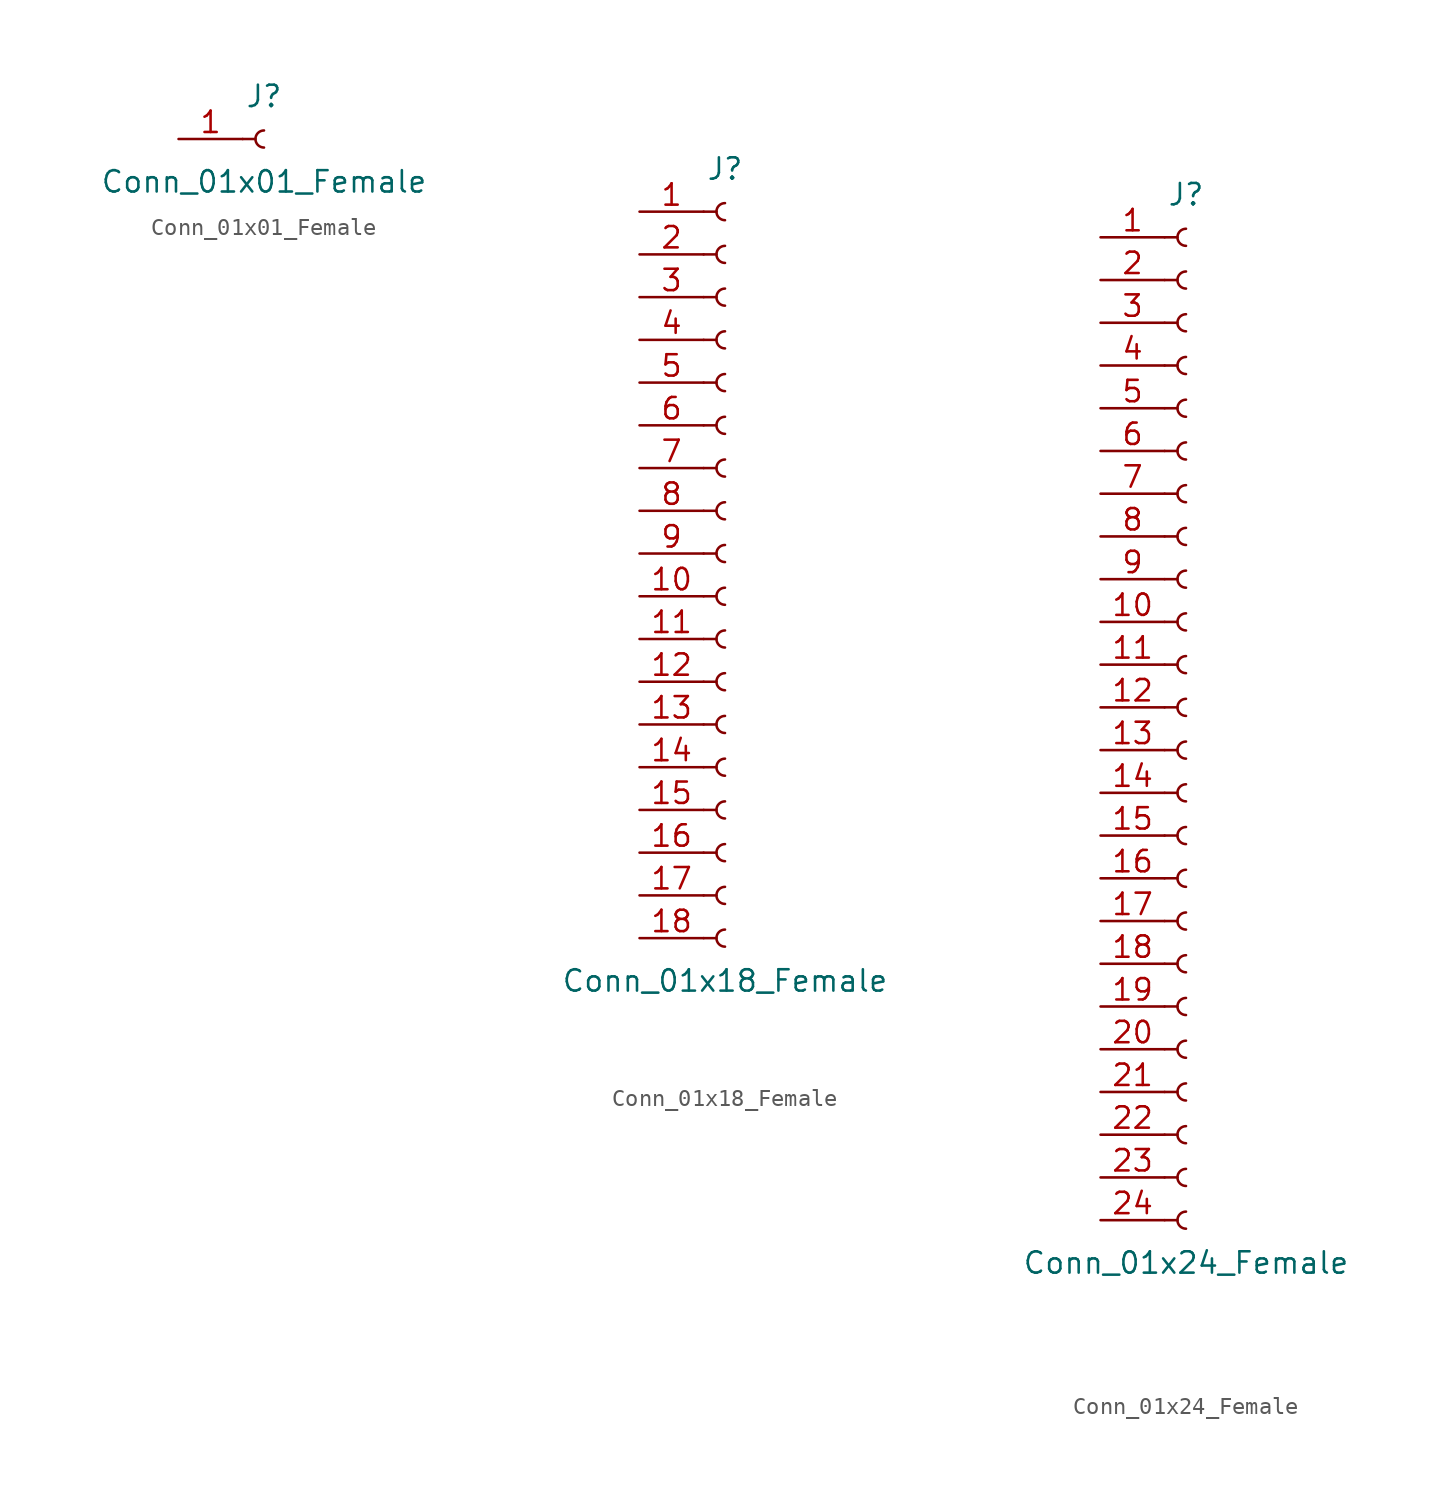
<source format=kicad_sym>
(kicad_symbol_lib
  (version 20220914)
  (generator kicad_symbol_editor)
  (symbol "Conn_01x01_Female"
    (pin_names
      (offset 1.016) hide)
    (property "Reference" "J"
      (at 0 2.54 0)
      (effects (font (size 1.27 1.27))))
    (property "Value" "Conn_01x01_Female"
      (at 0 -2.54 0)
      (effects (font (size 1.27 1.27))))
    (symbol "Conn_01x01_Female_1_1"
      (polyline (pts (xy -1.27 0) (xy -0.508 0)) (stroke (width 0.152) (type solid)) (fill (type none)))
      (arc (start 0 0.508) (mid -0.5058 0) (end 0 -0.508) (stroke (width 0.1524) (type solid)) (fill (type none)))
      (pin passive line (at -5.08 0 0) (length 3.81) (name "Pin_1" (effects (font (size 1.27 1.27)))) (number "1" (effects (font (size 1.27 1.27)))))))
  (symbol "Conn_01x18_Female"
    (pin_names
      (offset 1.016) hide)
    (property "Reference" "J"
      (at 0 22.86 0)
      (effects (font (size 1.27 1.27))))
    (property "Value" "Conn_01x18_Female"
      (at 0 -25.4 0)
      (effects (font (size 1.27 1.27))))
    (symbol "Conn_01x18_Female_1_1"
      (arc (start 0 -22.352) (mid -0.5058 -22.86) (end 0 -23.368) (stroke (width 0.1524) (type solid)) (fill (type none)))
      (arc (start 0 -19.812) (mid -0.5058 -20.32) (end 0 -20.828) (stroke (width 0.1524) (type solid)) (fill (type none)))
      (arc (start 0 -17.272) (mid -0.5058 -17.78) (end 0 -18.288) (stroke (width 0.1524) (type solid)) (fill (type none)))
      (arc (start 0 -14.732) (mid -0.5058 -15.24) (end 0 -15.748) (stroke (width 0.1524) (type solid)) (fill (type none)))
      (arc (start 0 -12.192) (mid -0.5058 -12.7) (end 0 -13.208) (stroke (width 0.1524) (type solid)) (fill (type none)))
      (arc (start 0 -9.652) (mid -0.5058 -10.16) (end 0 -10.668) (stroke (width 0.1524) (type solid)) (fill (type none)))
      (arc (start 0 -7.112) (mid -0.5058 -7.62) (end 0 -8.128) (stroke (width 0.1524) (type solid)) (fill (type none)))
      (arc (start 0 -4.572) (mid -0.5058 -5.08) (end 0 -5.588) (stroke (width 0.1524) (type solid)) (fill (type none)))
      (arc (start 0 -2.032) (mid -0.5058 -2.54) (end 0 -3.048) (stroke (width 0.1524) (type solid)) (fill (type none)))
      (polyline (pts (xy -1.27 -22.86) (xy -0.508 -22.86)) (stroke (width 0.152) (type solid)) (fill (type none)))
      (polyline (pts (xy -1.27 -20.32) (xy -0.508 -20.32)) (stroke (width 0.152) (type solid)) (fill (type none)))
      (polyline (pts (xy -1.27 -17.78) (xy -0.508 -17.78)) (stroke (width 0.152) (type solid)) (fill (type none)))
      (polyline (pts (xy -1.27 -15.24) (xy -0.508 -15.24)) (stroke (width 0.152) (type solid)) (fill (type none)))
      (polyline (pts (xy -1.27 -12.7) (xy -0.508 -12.7)) (stroke (width 0.152) (type solid)) (fill (type none)))
      (polyline (pts (xy -1.27 -10.16) (xy -0.508 -10.16)) (stroke (width 0.152) (type solid)) (fill (type none)))
      (polyline (pts (xy -1.27 -7.62) (xy -0.508 -7.62)) (stroke (width 0.152) (type solid)) (fill (type none)))
      (polyline (pts (xy -1.27 -5.08) (xy -0.508 -5.08)) (stroke (width 0.152) (type solid)) (fill (type none)))
      (polyline (pts (xy -1.27 -2.54) (xy -0.508 -2.54)) (stroke (width 0.152) (type solid)) (fill (type none)))
      (polyline (pts (xy -1.27 0) (xy -0.508 0)) (stroke (width 0.152) (type solid)) (fill (type none)))
      (polyline (pts (xy -1.27 2.54) (xy -0.508 2.54)) (stroke (width 0.152) (type solid)) (fill (type none)))
      (polyline (pts (xy -1.27 5.08) (xy -0.508 5.08)) (stroke (width 0.152) (type solid)) (fill (type none)))
      (polyline (pts (xy -1.27 7.62) (xy -0.508 7.62)) (stroke (width 0.152) (type solid)) (fill (type none)))
      (polyline (pts (xy -1.27 10.16) (xy -0.508 10.16)) (stroke (width 0.152) (type solid)) (fill (type none)))
      (polyline (pts (xy -1.27 12.7) (xy -0.508 12.7)) (stroke (width 0.152) (type solid)) (fill (type none)))
      (polyline (pts (xy -1.27 15.24) (xy -0.508 15.24)) (stroke (width 0.152) (type solid)) (fill (type none)))
      (polyline (pts (xy -1.27 17.78) (xy -0.508 17.78)) (stroke (width 0.152) (type solid)) (fill (type none)))
      (polyline (pts (xy -1.27 20.32) (xy -0.508 20.32)) (stroke (width 0.152) (type solid)) (fill (type none)))
      (arc (start 0 0.508) (mid -0.5058 0) (end 0 -0.508) (stroke (width 0.1524) (type solid)) (fill (type none)))
      (arc (start 0 3.048) (mid -0.5058 2.54) (end 0 2.032) (stroke (width 0.1524) (type solid)) (fill (type none)))
      (arc (start 0 5.588) (mid -0.5058 5.08) (end 0 4.572) (stroke (width 0.1524) (type solid)) (fill (type none)))
      (arc (start 0 8.128) (mid -0.5058 7.62) (end 0 7.112) (stroke (width 0.1524) (type solid)) (fill (type none)))
      (arc (start 0 10.668) (mid -0.5058 10.16) (end 0 9.652) (stroke (width 0.1524) (type solid)) (fill (type none)))
      (arc (start 0 13.208) (mid -0.5058 12.7) (end 0 12.192) (stroke (width 0.1524) (type solid)) (fill (type none)))
      (arc (start 0 15.748) (mid -0.5058 15.24) (end 0 14.732) (stroke (width 0.1524) (type solid)) (fill (type none)))
      (arc (start 0 18.288) (mid -0.5058 17.78) (end 0 17.272) (stroke (width 0.1524) (type solid)) (fill (type none)))
      (arc (start 0 20.828) (mid -0.5058 20.32) (end 0 19.812) (stroke (width 0.1524) (type solid)) (fill (type none)))
      (pin passive line (at -5.08 20.32 0) (length 3.81) (name "Pin_1" (effects (font (size 1.27 1.27)))) (number "1" (effects (font (size 1.27 1.27)))))
      (pin passive line (at -5.08 -2.54 0) (length 3.81) (name "Pin_10" (effects (font (size 1.27 1.27)))) (number "10" (effects (font (size 1.27 1.27)))))
      (pin passive line (at -5.08 -5.08 0) (length 3.81) (name "Pin_11" (effects (font (size 1.27 1.27)))) (number "11" (effects (font (size 1.27 1.27)))))
      (pin passive line (at -5.08 -7.62 0) (length 3.81) (name "Pin_12" (effects (font (size 1.27 1.27)))) (number "12" (effects (font (size 1.27 1.27)))))
      (pin passive line (at -5.08 -10.16 0) (length 3.81) (name "Pin_13" (effects (font (size 1.27 1.27)))) (number "13" (effects (font (size 1.27 1.27)))))
      (pin passive line (at -5.08 -12.7 0) (length 3.81) (name "Pin_14" (effects (font (size 1.27 1.27)))) (number "14" (effects (font (size 1.27 1.27)))))
      (pin passive line (at -5.08 -15.24 0) (length 3.81) (name "Pin_15" (effects (font (size 1.27 1.27)))) (number "15" (effects (font (size 1.27 1.27)))))
      (pin passive line (at -5.08 -17.78 0) (length 3.81) (name "Pin_16" (effects (font (size 1.27 1.27)))) (number "16" (effects (font (size 1.27 1.27)))))
      (pin passive line (at -5.08 -20.32 0) (length 3.81) (name "Pin_17" (effects (font (size 1.27 1.27)))) (number "17" (effects (font (size 1.27 1.27)))))
      (pin passive line (at -5.08 -22.86 0) (length 3.81) (name "Pin_18" (effects (font (size 1.27 1.27)))) (number "18" (effects (font (size 1.27 1.27)))))
      (pin passive line (at -5.08 17.78 0) (length 3.81) (name "Pin_2" (effects (font (size 1.27 1.27)))) (number "2" (effects (font (size 1.27 1.27)))))
      (pin passive line (at -5.08 15.24 0) (length 3.81) (name "Pin_3" (effects (font (size 1.27 1.27)))) (number "3" (effects (font (size 1.27 1.27)))))
      (pin passive line (at -5.08 12.7 0) (length 3.81) (name "Pin_4" (effects (font (size 1.27 1.27)))) (number "4" (effects (font (size 1.27 1.27)))))
      (pin passive line (at -5.08 10.16 0) (length 3.81) (name "Pin_5" (effects (font (size 1.27 1.27)))) (number "5" (effects (font (size 1.27 1.27)))))
      (pin passive line (at -5.08 7.62 0) (length 3.81) (name "Pin_6" (effects (font (size 1.27 1.27)))) (number "6" (effects (font (size 1.27 1.27)))))
      (pin passive line (at -5.08 5.08 0) (length 3.81) (name "Pin_7" (effects (font (size 1.27 1.27)))) (number "7" (effects (font (size 1.27 1.27)))))
      (pin passive line (at -5.08 2.54 0) (length 3.81) (name "Pin_8" (effects (font (size 1.27 1.27)))) (number "8" (effects (font (size 1.27 1.27)))))
      (pin passive line (at -5.08 0 0) (length 3.81) (name "Pin_9" (effects (font (size 1.27 1.27)))) (number "9" (effects (font (size 1.27 1.27)))))))
  (symbol "Conn_01x24_Female"
    (pin_names
      (offset 1.016) hide)
    (property "Reference" "J"
      (at 0 30.48 0)
      (effects (font (size 1.27 1.27))))
    (property "Value" "Conn_01x24_Female"
      (at 0 -33.02 0)
      (effects (font (size 1.27 1.27))))
    (symbol "Conn_01x24_Female_1_1"
      (arc (start 0 -29.972) (mid -0.5058 -30.48) (end 0 -30.988) (stroke (width 0.1524) (type solid)) (fill (type none)))
      (arc (start 0 -27.432) (mid -0.5058 -27.94) (end 0 -28.448) (stroke (width 0.1524) (type solid)) (fill (type none)))
      (arc (start 0 -24.892) (mid -0.5058 -25.4) (end 0 -25.908) (stroke (width 0.1524) (type solid)) (fill (type none)))
      (arc (start 0 -22.352) (mid -0.5058 -22.86) (end 0 -23.368) (stroke (width 0.1524) (type solid)) (fill (type none)))
      (arc (start 0 -19.812) (mid -0.5058 -20.32) (end 0 -20.828) (stroke (width 0.1524) (type solid)) (fill (type none)))
      (arc (start 0 -17.272) (mid -0.5058 -17.78) (end 0 -18.288) (stroke (width 0.1524) (type solid)) (fill (type none)))
      (arc (start 0 -14.732) (mid -0.5058 -15.24) (end 0 -15.748) (stroke (width 0.1524) (type solid)) (fill (type none)))
      (arc (start 0 -12.192) (mid -0.5058 -12.7) (end 0 -13.208) (stroke (width 0.1524) (type solid)) (fill (type none)))
      (arc (start 0 -9.652) (mid -0.5058 -10.16) (end 0 -10.668) (stroke (width 0.1524) (type solid)) (fill (type none)))
      (arc (start 0 -7.112) (mid -0.5058 -7.62) (end 0 -8.128) (stroke (width 0.1524) (type solid)) (fill (type none)))
      (arc (start 0 -4.572) (mid -0.5058 -5.08) (end 0 -5.588) (stroke (width 0.1524) (type solid)) (fill (type none)))
      (arc (start 0 -2.032) (mid -0.5058 -2.54) (end 0 -3.048) (stroke (width 0.1524) (type solid)) (fill (type none)))
      (polyline (pts (xy -1.27 -30.48) (xy -0.508 -30.48)) (stroke (width 0.152) (type solid)) (fill (type none)))
      (polyline (pts (xy -1.27 -27.94) (xy -0.508 -27.94)) (stroke (width 0.152) (type solid)) (fill (type none)))
      (polyline (pts (xy -1.27 -25.4) (xy -0.508 -25.4)) (stroke (width 0.152) (type solid)) (fill (type none)))
      (polyline (pts (xy -1.27 -22.86) (xy -0.508 -22.86)) (stroke (width 0.152) (type solid)) (fill (type none)))
      (polyline (pts (xy -1.27 -20.32) (xy -0.508 -20.32)) (stroke (width 0.152) (type solid)) (fill (type none)))
      (polyline (pts (xy -1.27 -17.78) (xy -0.508 -17.78)) (stroke (width 0.152) (type solid)) (fill (type none)))
      (polyline (pts (xy -1.27 -15.24) (xy -0.508 -15.24)) (stroke (width 0.152) (type solid)) (fill (type none)))
      (polyline (pts (xy -1.27 -12.7) (xy -0.508 -12.7)) (stroke (width 0.152) (type solid)) (fill (type none)))
      (polyline (pts (xy -1.27 -10.16) (xy -0.508 -10.16)) (stroke (width 0.152) (type solid)) (fill (type none)))
      (polyline (pts (xy -1.27 -7.62) (xy -0.508 -7.62)) (stroke (width 0.152) (type solid)) (fill (type none)))
      (polyline (pts (xy -1.27 -5.08) (xy -0.508 -5.08)) (stroke (width 0.152) (type solid)) (fill (type none)))
      (polyline (pts (xy -1.27 -2.54) (xy -0.508 -2.54)) (stroke (width 0.152) (type solid)) (fill (type none)))
      (polyline (pts (xy -1.27 0) (xy -0.508 0)) (stroke (width 0.152) (type solid)) (fill (type none)))
      (polyline (pts (xy -1.27 2.54) (xy -0.508 2.54)) (stroke (width 0.152) (type solid)) (fill (type none)))
      (polyline (pts (xy -1.27 5.08) (xy -0.508 5.08)) (stroke (width 0.152) (type solid)) (fill (type none)))
      (polyline (pts (xy -1.27 7.62) (xy -0.508 7.62)) (stroke (width 0.152) (type solid)) (fill (type none)))
      (polyline (pts (xy -1.27 10.16) (xy -0.508 10.16)) (stroke (width 0.152) (type solid)) (fill (type none)))
      (polyline (pts (xy -1.27 12.7) (xy -0.508 12.7)) (stroke (width 0.152) (type solid)) (fill (type none)))
      (polyline (pts (xy -1.27 15.24) (xy -0.508 15.24)) (stroke (width 0.152) (type solid)) (fill (type none)))
      (polyline (pts (xy -1.27 17.78) (xy -0.508 17.78)) (stroke (width 0.152) (type solid)) (fill (type none)))
      (polyline (pts (xy -1.27 20.32) (xy -0.508 20.32)) (stroke (width 0.152) (type solid)) (fill (type none)))
      (polyline (pts (xy -1.27 22.86) (xy -0.508 22.86)) (stroke (width 0.152) (type solid)) (fill (type none)))
      (polyline (pts (xy -1.27 25.4) (xy -0.508 25.4)) (stroke (width 0.152) (type solid)) (fill (type none)))
      (polyline (pts (xy -1.27 27.94) (xy -0.508 27.94)) (stroke (width 0.152) (type solid)) (fill (type none)))
      (arc (start 0 0.508) (mid -0.5058 0) (end 0 -0.508) (stroke (width 0.1524) (type solid)) (fill (type none)))
      (arc (start 0 3.048) (mid -0.5058 2.54) (end 0 2.032) (stroke (width 0.1524) (type solid)) (fill (type none)))
      (arc (start 0 5.588) (mid -0.5058 5.08) (end 0 4.572) (stroke (width 0.1524) (type solid)) (fill (type none)))
      (arc (start 0 8.128) (mid -0.5058 7.62) (end 0 7.112) (stroke (width 0.1524) (type solid)) (fill (type none)))
      (arc (start 0 10.668) (mid -0.5058 10.16) (end 0 9.652) (stroke (width 0.1524) (type solid)) (fill (type none)))
      (arc (start 0 13.208) (mid -0.5058 12.7) (end 0 12.192) (stroke (width 0.1524) (type solid)) (fill (type none)))
      (arc (start 0 15.748) (mid -0.5058 15.24) (end 0 14.732) (stroke (width 0.1524) (type solid)) (fill (type none)))
      (arc (start 0 18.288) (mid -0.5058 17.78) (end 0 17.272) (stroke (width 0.1524) (type solid)) (fill (type none)))
      (arc (start 0 20.828) (mid -0.5058 20.32) (end 0 19.812) (stroke (width 0.1524) (type solid)) (fill (type none)))
      (arc (start 0 23.368) (mid -0.5058 22.86) (end 0 22.352) (stroke (width 0.1524) (type solid)) (fill (type none)))
      (arc (start 0 25.908) (mid -0.5058 25.4) (end 0 24.892) (stroke (width 0.1524) (type solid)) (fill (type none)))
      (arc (start 0 28.448) (mid -0.5058 27.94) (end 0 27.432) (stroke (width 0.1524) (type solid)) (fill (type none)))
      (pin passive line (at -5.08 27.94 0) (length 3.81) (name "Pin_1" (effects (font (size 1.27 1.27)))) (number "1" (effects (font (size 1.27 1.27)))))
      (pin passive line (at -5.08 5.08 0) (length 3.81) (name "Pin_10" (effects (font (size 1.27 1.27)))) (number "10" (effects (font (size 1.27 1.27)))))
      (pin passive line (at -5.08 2.54 0) (length 3.81) (name "Pin_11" (effects (font (size 1.27 1.27)))) (number "11" (effects (font (size 1.27 1.27)))))
      (pin passive line (at -5.08 0 0) (length 3.81) (name "Pin_12" (effects (font (size 1.27 1.27)))) (number "12" (effects (font (size 1.27 1.27)))))
      (pin passive line (at -5.08 -2.54 0) (length 3.81) (name "Pin_13" (effects (font (size 1.27 1.27)))) (number "13" (effects (font (size 1.27 1.27)))))
      (pin passive line (at -5.08 -5.08 0) (length 3.81) (name "Pin_14" (effects (font (size 1.27 1.27)))) (number "14" (effects (font (size 1.27 1.27)))))
      (pin passive line (at -5.08 -7.62 0) (length 3.81) (name "Pin_15" (effects (font (size 1.27 1.27)))) (number "15" (effects (font (size 1.27 1.27)))))
      (pin passive line (at -5.08 -10.16 0) (length 3.81) (name "Pin_16" (effects (font (size 1.27 1.27)))) (number "16" (effects (font (size 1.27 1.27)))))
      (pin passive line (at -5.08 -12.7 0) (length 3.81) (name "Pin_17" (effects (font (size 1.27 1.27)))) (number "17" (effects (font (size 1.27 1.27)))))
      (pin passive line (at -5.08 -15.24 0) (length 3.81) (name "Pin_18" (effects (font (size 1.27 1.27)))) (number "18" (effects (font (size 1.27 1.27)))))
      (pin passive line (at -5.08 -17.78 0) (length 3.81) (name "Pin_19" (effects (font (size 1.27 1.27)))) (number "19" (effects (font (size 1.27 1.27)))))
      (pin passive line (at -5.08 25.4 0) (length 3.81) (name "Pin_2" (effects (font (size 1.27 1.27)))) (number "2" (effects (font (size 1.27 1.27)))))
      (pin passive line (at -5.08 -20.32 0) (length 3.81) (name "Pin_20" (effects (font (size 1.27 1.27)))) (number "20" (effects (font (size 1.27 1.27)))))
      (pin passive line (at -5.08 -22.86 0) (length 3.81) (name "Pin_21" (effects (font (size 1.27 1.27)))) (number "21" (effects (font (size 1.27 1.27)))))
      (pin passive line (at -5.08 -25.4 0) (length 3.81) (name "Pin_22" (effects (font (size 1.27 1.27)))) (number "22" (effects (font (size 1.27 1.27)))))
      (pin passive line (at -5.08 -27.94 0) (length 3.81) (name "Pin_23" (effects (font (size 1.27 1.27)))) (number "23" (effects (font (size 1.27 1.27)))))
      (pin passive line (at -5.08 -30.48 0) (length 3.81) (name "Pin_24" (effects (font (size 1.27 1.27)))) (number "24" (effects (font (size 1.27 1.27)))))
      (pin passive line (at -5.08 22.86 0) (length 3.81) (name "Pin_3" (effects (font (size 1.27 1.27)))) (number "3" (effects (font (size 1.27 1.27)))))
      (pin passive line (at -5.08 20.32 0) (length 3.81) (name "Pin_4" (effects (font (size 1.27 1.27)))) (number "4" (effects (font (size 1.27 1.27)))))
      (pin passive line (at -5.08 17.78 0) (length 3.81) (name "Pin_5" (effects (font (size 1.27 1.27)))) (number "5" (effects (font (size 1.27 1.27)))))
      (pin passive line (at -5.08 15.24 0) (length 3.81) (name "Pin_6" (effects (font (size 1.27 1.27)))) (number "6" (effects (font (size 1.27 1.27)))))
      (pin passive line (at -5.08 12.7 0) (length 3.81) (name "Pin_7" (effects (font (size 1.27 1.27)))) (number "7" (effects (font (size 1.27 1.27)))))
      (pin passive line (at -5.08 10.16 0) (length 3.81) (name "Pin_8" (effects (font (size 1.27 1.27)))) (number "8" (effects (font (size 1.27 1.27)))))
      (pin passive line (at -5.08 7.62 0) (length 3.81) (name "Pin_9" (effects (font (size 1.27 1.27)))) (number "9" (effects (font (size 1.27 1.27))))))))
</source>
